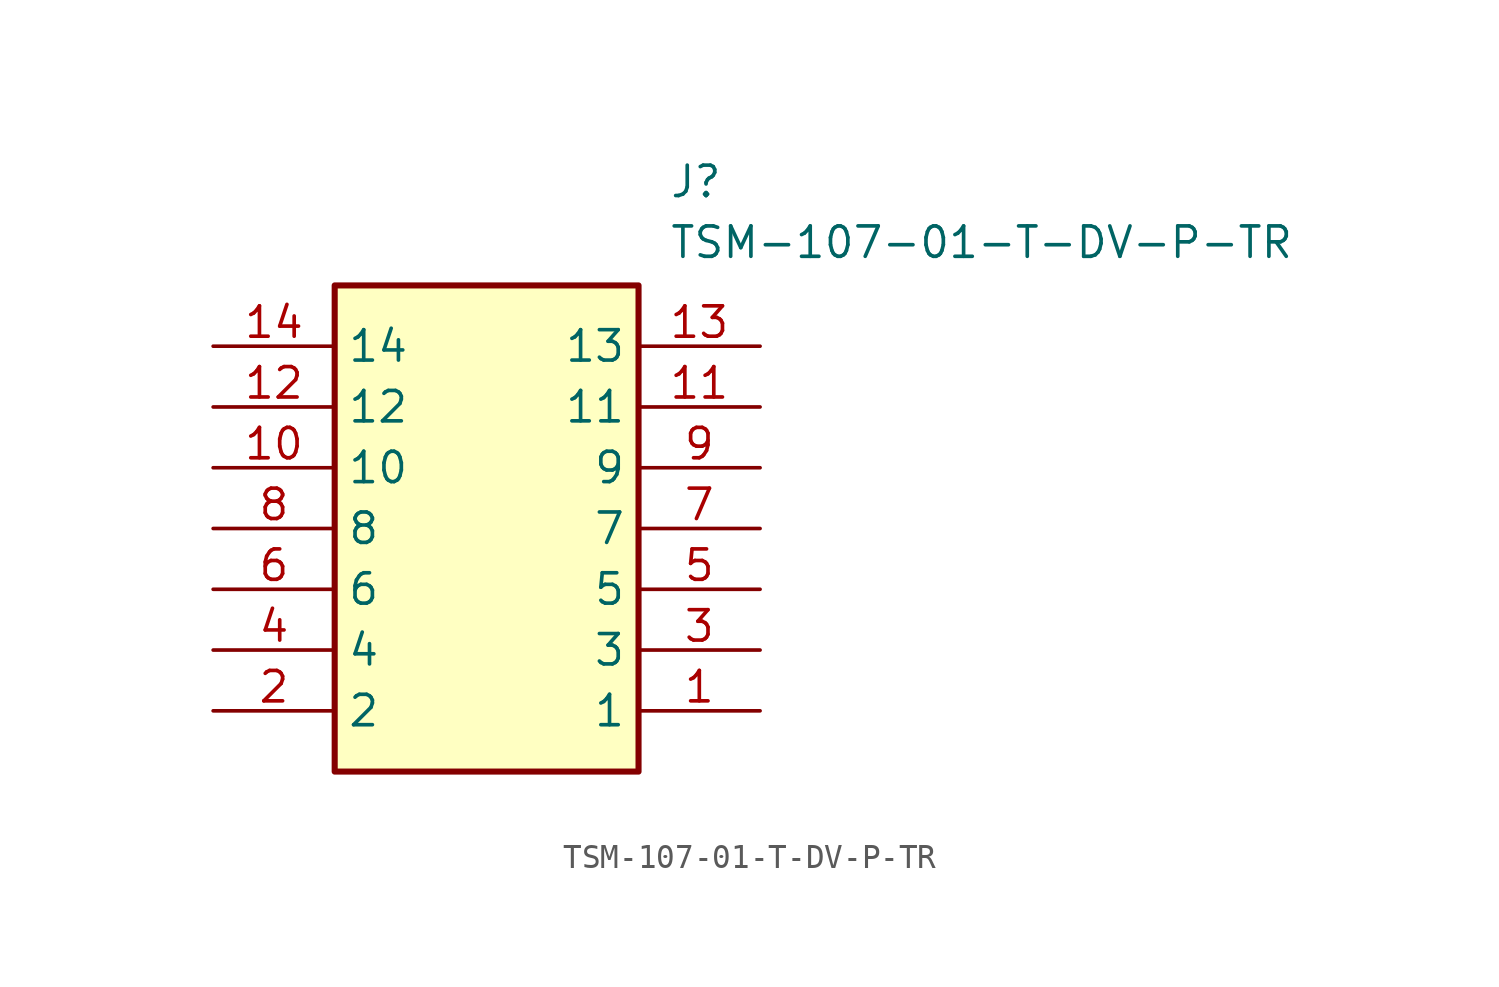
<source format=kicad_sym>
(kicad_symbol_lib
  (version 20211014)
  (generator SamacSys_ECAD_Model)
  (symbol "TSM-107-01-T-DV-P-TR"
    (property "Reference" "J"
      (at 19.05 7.62 0)
      (effects (font (size 1.27 1.27)) (justify left top)))
    (property "Value" "TSM-107-01-T-DV-P-TR"
      (at 19.05 5.08 0)
      (effects (font (size 1.27 1.27)) (justify left top)))
    (rectangle
      (start 5.08 2.54)
      (end 17.78 -17.78)
      (stroke (width 0.254) (type default))
      (fill (type background)))
    (pin passive line
      (at 22.86 -15.24 180)
      (length 5.08)
      (name "1" (effects (font (size 1.27 1.27))))
      (number "1" (effects (font (size 1.27 1.27)))))
    (pin passive line
      (at 0 -15.24 0)
      (length 5.08)
      (name "2" (effects (font (size 1.27 1.27))))
      (number "2" (effects (font (size 1.27 1.27)))))
    (pin passive line
      (at 22.86 -12.7 180)
      (length 5.08)
      (name "3" (effects (font (size 1.27 1.27))))
      (number "3" (effects (font (size 1.27 1.27)))))
    (pin passive line
      (at 0 -12.7 0)
      (length 5.08)
      (name "4" (effects (font (size 1.27 1.27))))
      (number "4" (effects (font (size 1.27 1.27)))))
    (pin passive line
      (at 22.86 -10.16 180)
      (length 5.08)
      (name "5" (effects (font (size 1.27 1.27))))
      (number "5" (effects (font (size 1.27 1.27)))))
    (pin passive line
      (at 0 -10.16 0)
      (length 5.08)
      (name "6" (effects (font (size 1.27 1.27))))
      (number "6" (effects (font (size 1.27 1.27)))))
    (pin passive line
      (at 22.86 -7.62 180)
      (length 5.08)
      (name "7" (effects (font (size 1.27 1.27))))
      (number "7" (effects (font (size 1.27 1.27)))))
    (pin passive line
      (at 0 -7.62 0)
      (length 5.08)
      (name "8" (effects (font (size 1.27 1.27))))
      (number "8" (effects (font (size 1.27 1.27)))))
    (pin passive line
      (at 22.86 -5.08 180)
      (length 5.08)
      (name "9" (effects (font (size 1.27 1.27))))
      (number "9" (effects (font (size 1.27 1.27)))))
    (pin passive line
      (at 0 -5.08 0)
      (length 5.08)
      (name "10" (effects (font (size 1.27 1.27))))
      (number "10" (effects (font (size 1.27 1.27)))))
    (pin passive line
      (at 22.86 -2.54 180)
      (length 5.08)
      (name "11" (effects (font (size 1.27 1.27))))
      (number "11" (effects (font (size 1.27 1.27)))))
    (pin passive line
      (at 0 -2.54 0)
      (length 5.08)
      (name "12" (effects (font (size 1.27 1.27))))
      (number "12" (effects (font (size 1.27 1.27)))))
    (pin passive line
      (at 22.86 0 180)
      (length 5.08)
      (name "13" (effects (font (size 1.27 1.27))))
      (number "13" (effects (font (size 1.27 1.27)))))
    (pin passive line
      (at 0 0 0)
      (length 5.08)
      (name "14" (effects (font (size 1.27 1.27))))
      (number "14" (effects (font (size 1.27 1.27)))))))
</source>
